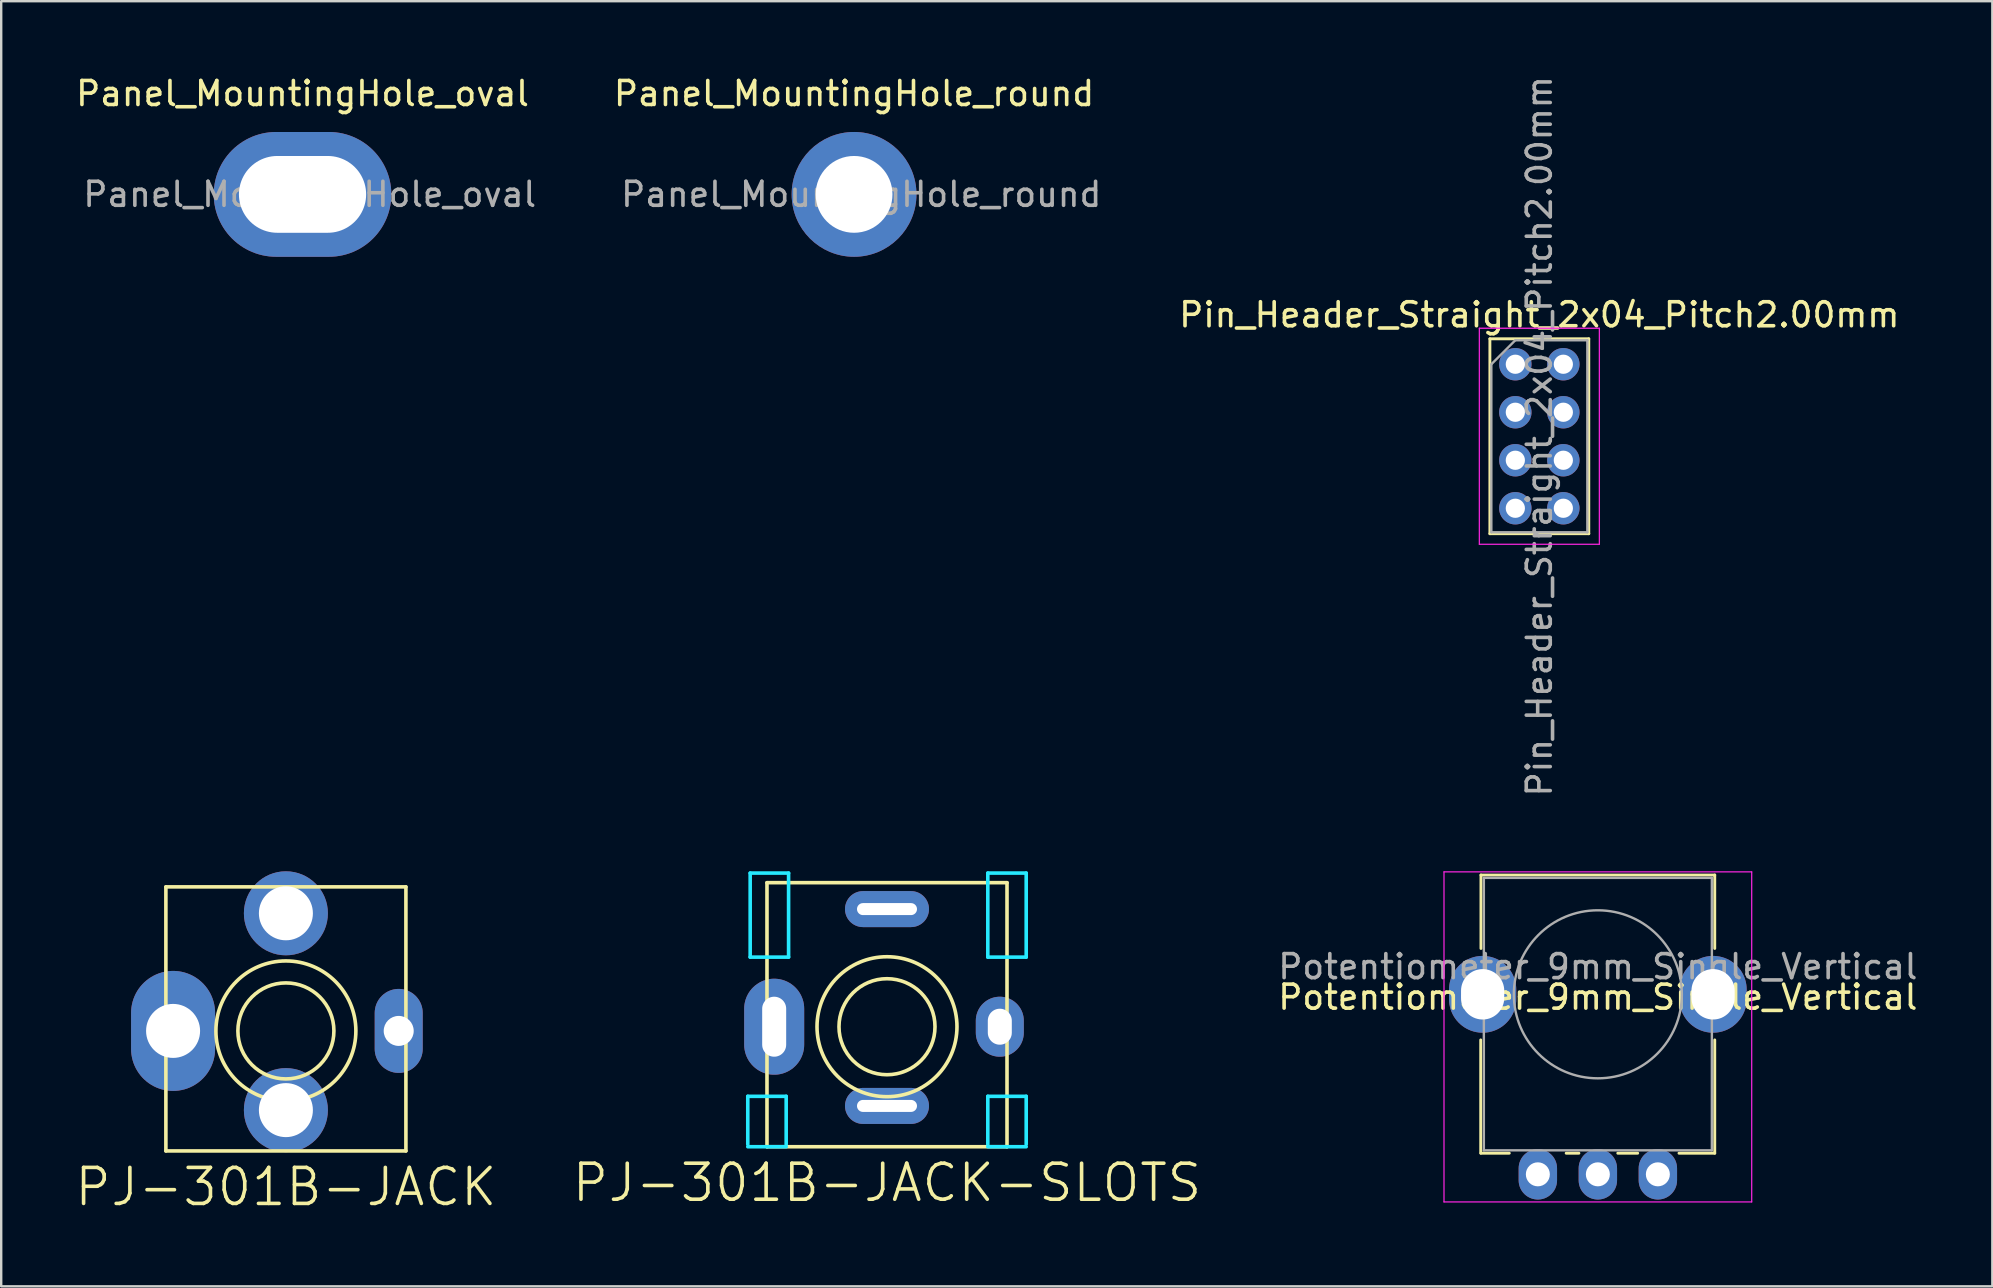
<source format=kicad_pcb>
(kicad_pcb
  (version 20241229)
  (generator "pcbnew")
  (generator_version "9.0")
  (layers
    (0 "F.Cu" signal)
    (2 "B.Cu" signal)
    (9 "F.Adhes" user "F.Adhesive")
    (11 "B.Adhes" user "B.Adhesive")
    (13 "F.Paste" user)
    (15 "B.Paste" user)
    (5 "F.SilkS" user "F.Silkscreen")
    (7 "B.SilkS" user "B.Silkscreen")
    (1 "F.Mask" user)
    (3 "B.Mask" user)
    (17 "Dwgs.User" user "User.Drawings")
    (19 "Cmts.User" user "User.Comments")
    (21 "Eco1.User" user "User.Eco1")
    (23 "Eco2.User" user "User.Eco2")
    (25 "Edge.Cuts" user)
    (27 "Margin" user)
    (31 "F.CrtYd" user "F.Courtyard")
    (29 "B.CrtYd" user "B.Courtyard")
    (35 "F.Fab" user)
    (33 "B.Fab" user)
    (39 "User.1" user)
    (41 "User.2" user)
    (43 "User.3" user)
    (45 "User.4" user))
  (footprint "Panel_MountingHole_oval"
    (layer "F.Cu")
    (at 9.554 5.048)
    (property "Reference" "Panel_MountingHole_oval" (at 0 -4.2 0) (layer "F.SilkS") (effects (font (size 1 1) (thickness 0.15))))
    (attr exclude_from_pos_files exclude_from_bom)
    (fp_text user "${REFERENCE}" (at 0.3 0 0) (layer "F.Fab") (effects (font (size 1 1) (thickness 0.15))))
    (pad "1" thru_hole oval (at 0 0) (size 7.4 5.2) (drill oval 5.3 3.2) (layers "*.Cu" "*.Mask")))
  (footprint "Potentiometer_9mm_Single_Vertical"
    (layer "F.Cu")
    (at 63.52 45.875)
    (property "Reference" "Potentiometer_9mm_Single_Vertical" (at 0 -7.38 0) (layer "F.SilkS") (effects (font (size 1 1) (thickness 0.15))))
    (attr through_hole)
    (fp_line (start -4.88 -0.88) (end -4.88 -5.6) (stroke (width 0.12) (type solid)) (layer "F.SilkS"))
    (fp_line (start -4.87 -9.41) (end -4.87 -12.47) (stroke (width 0.12) (type solid)) (layer "F.SilkS"))
    (fp_line (start -3.69 -0.88) (end -4.87 -0.88) (stroke (width 0.12) (type solid)) (layer "F.SilkS"))
    (fp_line (start -0.79 -0.88) (end -1.32 -0.88) (stroke (width 0.12) (type solid)) (layer "F.SilkS"))
    (fp_line (start 1.66 -0.88) (end 0.83 -0.88) (stroke (width 0.12) (type solid)) (layer "F.SilkS"))
    (fp_line (start 4.87 -12.47) (end -4.87 -12.47) (stroke (width 0.12) (type solid)) (layer "F.SilkS"))
    (fp_line (start 4.87 -9.41) (end 4.87 -12.47) (stroke (width 0.12) (type solid)) (layer "F.SilkS"))
    (fp_line (start 4.87 -0.88) (end 3.38 -0.88) (stroke (width 0.12) (type solid)) (layer "F.SilkS"))
    (fp_line (start 4.87 -0.88) (end 4.87 -5.6) (stroke (width 0.12) (type solid)) (layer "F.SilkS"))
    (fp_line (start -6.41 -12.6) (end -6.41 1.15) (stroke (width 0.05) (type solid)) (layer "F.CrtYd"))
    (fp_line (start -6.41 1.15) (end 6.41 1.15) (stroke (width 0.05) (type solid)) (layer "F.CrtYd"))
    (fp_line (start 6.41 -12.6) (end -6.41 -12.6) (stroke (width 0.05) (type solid)) (layer "F.CrtYd"))
    (fp_line (start 6.41 1.15) (end 6.41 -12.6) (stroke (width 0.05) (type solid)) (layer "F.CrtYd"))
    (fp_line (start -4.75 -1) (end -4.75 -12.35) (stroke (width 0.1) (type solid)) (layer "F.Fab"))
    (fp_line (start 4.75 -12.35) (end -4.75 -12.35) (stroke (width 0.1) (type solid)) (layer "F.Fab"))
    (fp_line (start 4.75 -1) (end -4.75 -1) (stroke (width 0.1) (type solid)) (layer "F.Fab"))
    (fp_line (start 4.75 -1) (end 4.75 -12.35) (stroke (width 0.1) (type solid)) (layer "F.Fab"))
    (fp_circle (center 0 -7.5) (end -3.5 -7.5) (stroke (width 0.1) (type solid)) (fill no) (layer "F.Fab"))
    (fp_text user "${REFERENCE}" (at 0 -8.65 180) (layer "F.Fab") (effects (font (size 1 1) (thickness 0.15))))
    (pad "" thru_hole oval (at -4.8 -7.5 180) (size 2.8 3.2) (drill oval 1.8 2.1) (layers "*.Cu" "*.Mask"))
    (pad "" thru_hole oval (at 4.8 -7.5 180) (size 2.8 3.2) (drill oval 1.8 2.1) (layers "*.Cu" "*.Mask"))
    (pad "1" thru_hole oval (at -2.5 0 180) (size 1.6 2.1) (drill 1) (layers "*.Cu" "*.Mask"))
    (pad "2" thru_hole oval (at 0 0 180) (size 1.6 2.1) (drill 1) (layers "*.Cu" "*.Mask"))
    (pad "3" thru_hole oval (at 2.5 0 180) (size 1.6 2.1) (drill 1) (layers "*.Cu" "*.Mask")))
  (footprint "Panel_MountingHole_round"
    (layer "F.Cu")
    (at 32.532 5.048)
    (property "Reference" "Panel_MountingHole_round" (at 0 -4.2 0) (layer "F.SilkS") (effects (font (size 1 1) (thickness 0.15))))
    (attr exclude_from_pos_files exclude_from_bom)
    (fp_text user "${REFERENCE}" (at 0.3 0 0) (layer "F.Fab") (effects (font (size 1 1) (thickness 0.15))))
    (pad "1" thru_hole circle (at 0 0) (size 5.2 5.2) (drill 3.2) (layers "*.Cu" "*.Mask")))
  (footprint "PJ-301B-JACK-SLOTS"
    (layer "F.Cu")
    (at 33.904 39.725)
    (property "Reference" "PJ-301B-JACK-SLOTS" (at 0 6.5 0) (layer "F.SilkS") (effects (font (size 1.5 1.5) (thickness 0.15))))
    (attr through_hole)
    (fp_line (start -5 -6) (end 5 -6) (stroke (width 0.15) (type solid)) (layer "F.SilkS"))
    (fp_line (start -5 5) (end -5 -6) (stroke (width 0.15) (type solid)) (layer "F.SilkS"))
    (fp_line (start 5 -6) (end 5 5) (stroke (width 0.15) (type solid)) (layer "F.SilkS"))
    (fp_line (start 5 5) (end -5 5) (stroke (width 0.15) (type solid)) (layer "F.SilkS"))
    (fp_circle (center 0 0) (end 2 0) (stroke (width 0.15) (type solid)) (fill no) (layer "F.SilkS"))
    (fp_circle (center 0 0) (end 2.5 1.5) (stroke (width 0.15) (type solid)) (fill no) (layer "F.SilkS"))
    (fp_line (start -5.8 2.9) (end -5.8 4.9) (stroke (width 0.15) (type solid)) (layer "B.CrtYd"))
    (fp_line (start -5.8 5) (end -4.2 5) (stroke (width 0.15) (type solid)) (layer "B.CrtYd"))
    (fp_line (start -5.7 -6.4) (end -5.7 -2.9) (stroke (width 0.15) (type solid)) (layer "B.CrtYd"))
    (fp_line (start -5.7 -2.9) (end -4.1 -2.9) (stroke (width 0.15) (type solid)) (layer "B.CrtYd"))
    (fp_line (start -4.2 2.9) (end -5.8 2.9) (stroke (width 0.15) (type solid)) (layer "B.CrtYd"))
    (fp_line (start -4.2 4.9) (end -4.2 2.9) (stroke (width 0.15) (type solid)) (layer "B.CrtYd"))
    (fp_line (start -4.1 -6.4) (end -5.7 -6.4) (stroke (width 0.15) (type solid)) (layer "B.CrtYd"))
    (fp_line (start -4.1 -2.9) (end -4.1 -6.4) (stroke (width 0.15) (type solid)) (layer "B.CrtYd"))
    (fp_line (start 4.2 -6.4) (end 4.2 -2.9) (stroke (width 0.15) (type solid)) (layer "B.CrtYd"))
    (fp_line (start 4.2 -2.9) (end 5.8 -2.9) (stroke (width 0.15) (type solid)) (layer "B.CrtYd"))
    (fp_line (start 4.2 2.9) (end 4.2 4.9) (stroke (width 0.15) (type solid)) (layer "B.CrtYd"))
    (fp_line (start 4.2 5) (end 5.8 5) (stroke (width 0.15) (type solid)) (layer "B.CrtYd"))
    (fp_line (start 5.8 -6.4) (end 4.2 -6.4) (stroke (width 0.15) (type solid)) (layer "B.CrtYd"))
    (fp_line (start 5.8 -2.9) (end 5.8 -6.4) (stroke (width 0.15) (type solid)) (layer "B.CrtYd"))
    (fp_line (start 5.8 2.9) (end 4.2 2.9) (stroke (width 0.15) (type solid)) (layer "B.CrtYd"))
    (fp_line (start 5.8 4.9) (end 5.8 2.9) (stroke (width 0.15) (type solid)) (layer "B.CrtYd"))
    (pad "1" thru_hole oval (at -4.7 0) (size 2.5 4) (drill oval 1 2.5) (layers "*.Cu" "*.Mask"))
    (pad "1" thru_hole oval (at 4.7 0) (size 2 2.5) (drill oval 1 1.5) (layers "*.Cu" "*.Mask"))
    (pad "2" thru_hole oval (at 0 3.3) (size 3.5 1.5) (drill oval 2.5 0.5) (layers "*.Cu" "*.Mask"))
    (pad "3" thru_hole oval (at 0 -4.9) (size 3.5 1.5) (drill oval 2.5 0.5) (layers "*.Cu" "*.Mask")))
  (footprint "Pin_Header_Straight_2x04_Pitch2.00mm"
    (layer "F.Cu")
    (at 60.082 12.125)
    (property "Reference" "Pin_Header_Straight_2x04_Pitch2.00mm" (at 1 -2.06 0) (layer "F.SilkS") (effects (font (size 1 1) (thickness 0.15))))
    (attr through_hole)
    (fp_line (start -1.06 -1.06) (end -1.06 7.06) (stroke (width 0.12) (type solid)) (layer "F.SilkS"))
    (fp_line (start -1.06 -1.06) (end 3.06 -1.06) (stroke (width 0.12) (type solid)) (layer "F.SilkS"))
    (fp_line (start -1.06 7.06) (end 3.06 7.06) (stroke (width 0.12) (type solid)) (layer "F.SilkS"))
    (fp_line (start 3.06 -1.06) (end 3.06 7.06) (stroke (width 0.12) (type solid)) (layer "F.SilkS"))
    (fp_line (start -1.5 -1.5) (end -1.5 7.5) (stroke (width 0.05) (type solid)) (layer "F.CrtYd"))
    (fp_line (start -1.5 7.5) (end 3.5 7.5) (stroke (width 0.05) (type solid)) (layer "F.CrtYd"))
    (fp_line (start 3.5 -1.5) (end -1.5 -1.5) (stroke (width 0.05) (type solid)) (layer "F.CrtYd"))
    (fp_line (start 3.5 7.5) (end 3.5 -1.5) (stroke (width 0.05) (type solid)) (layer "F.CrtYd"))
    (fp_line (start -1 0) (end 0 -1) (stroke (width 0.1) (type solid)) (layer "F.Fab"))
    (fp_line (start -1 7) (end -1 0) (stroke (width 0.1) (type solid)) (layer "F.Fab"))
    (fp_line (start 0 -1) (end 3 -1) (stroke (width 0.1) (type solid)) (layer "F.Fab"))
    (fp_line (start 3 -1) (end 3 7) (stroke (width 0.1) (type solid)) (layer "F.Fab"))
    (fp_line (start 3 7) (end -1 7) (stroke (width 0.1) (type solid)) (layer "F.Fab"))
    (fp_text user "${REFERENCE}" (at 1 3 90) (layer "F.Fab") (effects (font (size 1 1) (thickness 0.15))))
    (pad "1" thru_hole circle (at 0 0) (size 1.35 1.35) (drill 0.8) (layers "*.Cu" "*.Mask"))
    (pad "2" thru_hole oval (at 2 0) (size 1.35 1.35) (drill 0.8) (layers "*.Cu" "*.Mask"))
    (pad "3" thru_hole oval (at 0 2) (size 1.35 1.35) (drill 0.8) (layers "*.Cu" "*.Mask"))
    (pad "4" thru_hole oval (at 2 2) (size 1.35 1.35) (drill 0.8) (layers "*.Cu" "*.Mask"))
    (pad "5" thru_hole oval (at 0 4) (size 1.35 1.35) (drill 0.8) (layers "*.Cu" "*.Mask"))
    (pad "6" thru_hole oval (at 2 4) (size 1.35 1.35) (drill 0.8) (layers "*.Cu" "*.Mask"))
    (pad "7" thru_hole oval (at 0 6) (size 1.35 1.35) (drill 0.8) (layers "*.Cu" "*.Mask"))
    (pad "8" thru_hole oval (at 2 6) (size 1.35 1.35) (drill 0.8) (layers "*.Cu" "*.Mask")))
  (footprint "PJ-301B-JACK"
    (layer "F.Cu")
    (at 8.861 39.9)
    (property "Reference" "PJ-301B-JACK" (at 0 6.5 0) (layer "F.SilkS") (effects (font (size 1.5 1.5) (thickness 0.15))))
    (attr through_hole)
    (fp_line (start -5 -6) (end 5 -6) (stroke (width 0.15) (type solid)) (layer "F.SilkS"))
    (fp_line (start -5 5) (end -5 -6) (stroke (width 0.15) (type solid)) (layer "F.SilkS"))
    (fp_line (start 5 -6) (end 5 5) (stroke (width 0.15) (type solid)) (layer "F.SilkS"))
    (fp_line (start 5 5) (end -5 5) (stroke (width 0.15) (type solid)) (layer "F.SilkS"))
    (fp_circle (center 0 0) (end 2 0) (stroke (width 0.15) (type solid)) (fill no) (layer "F.SilkS"))
    (fp_circle (center 0 0) (end 2.5 1.5) (stroke (width 0.15) (type solid)) (fill no) (layer "F.SilkS"))
    (pad "1" thru_hole oval (at -4.7 0) (size 3.5 5) (drill 2.25) (layers "*.Cu" "*.Mask"))
    (pad "1" thru_hole oval (at 4.7 0) (size 2 3.5) (drill 1.25) (layers "*.Cu" "*.Mask"))
    (pad "2" thru_hole oval (at 0 3.3) (size 3.5 3.5) (drill 2.25) (layers "*.Cu" "*.Mask"))
    (pad "3" thru_hole oval (at 0 -4.9) (size 3.5 3.5) (drill 2.25) (layers "*.Cu" "*.Mask")))
  (gr_rect
    (start -3 -3)
    (end 79.955 50.541)
    (stroke (width 0.1) (type default))
    (fill no)
    (layer "Edge.Cuts")))
</source>
